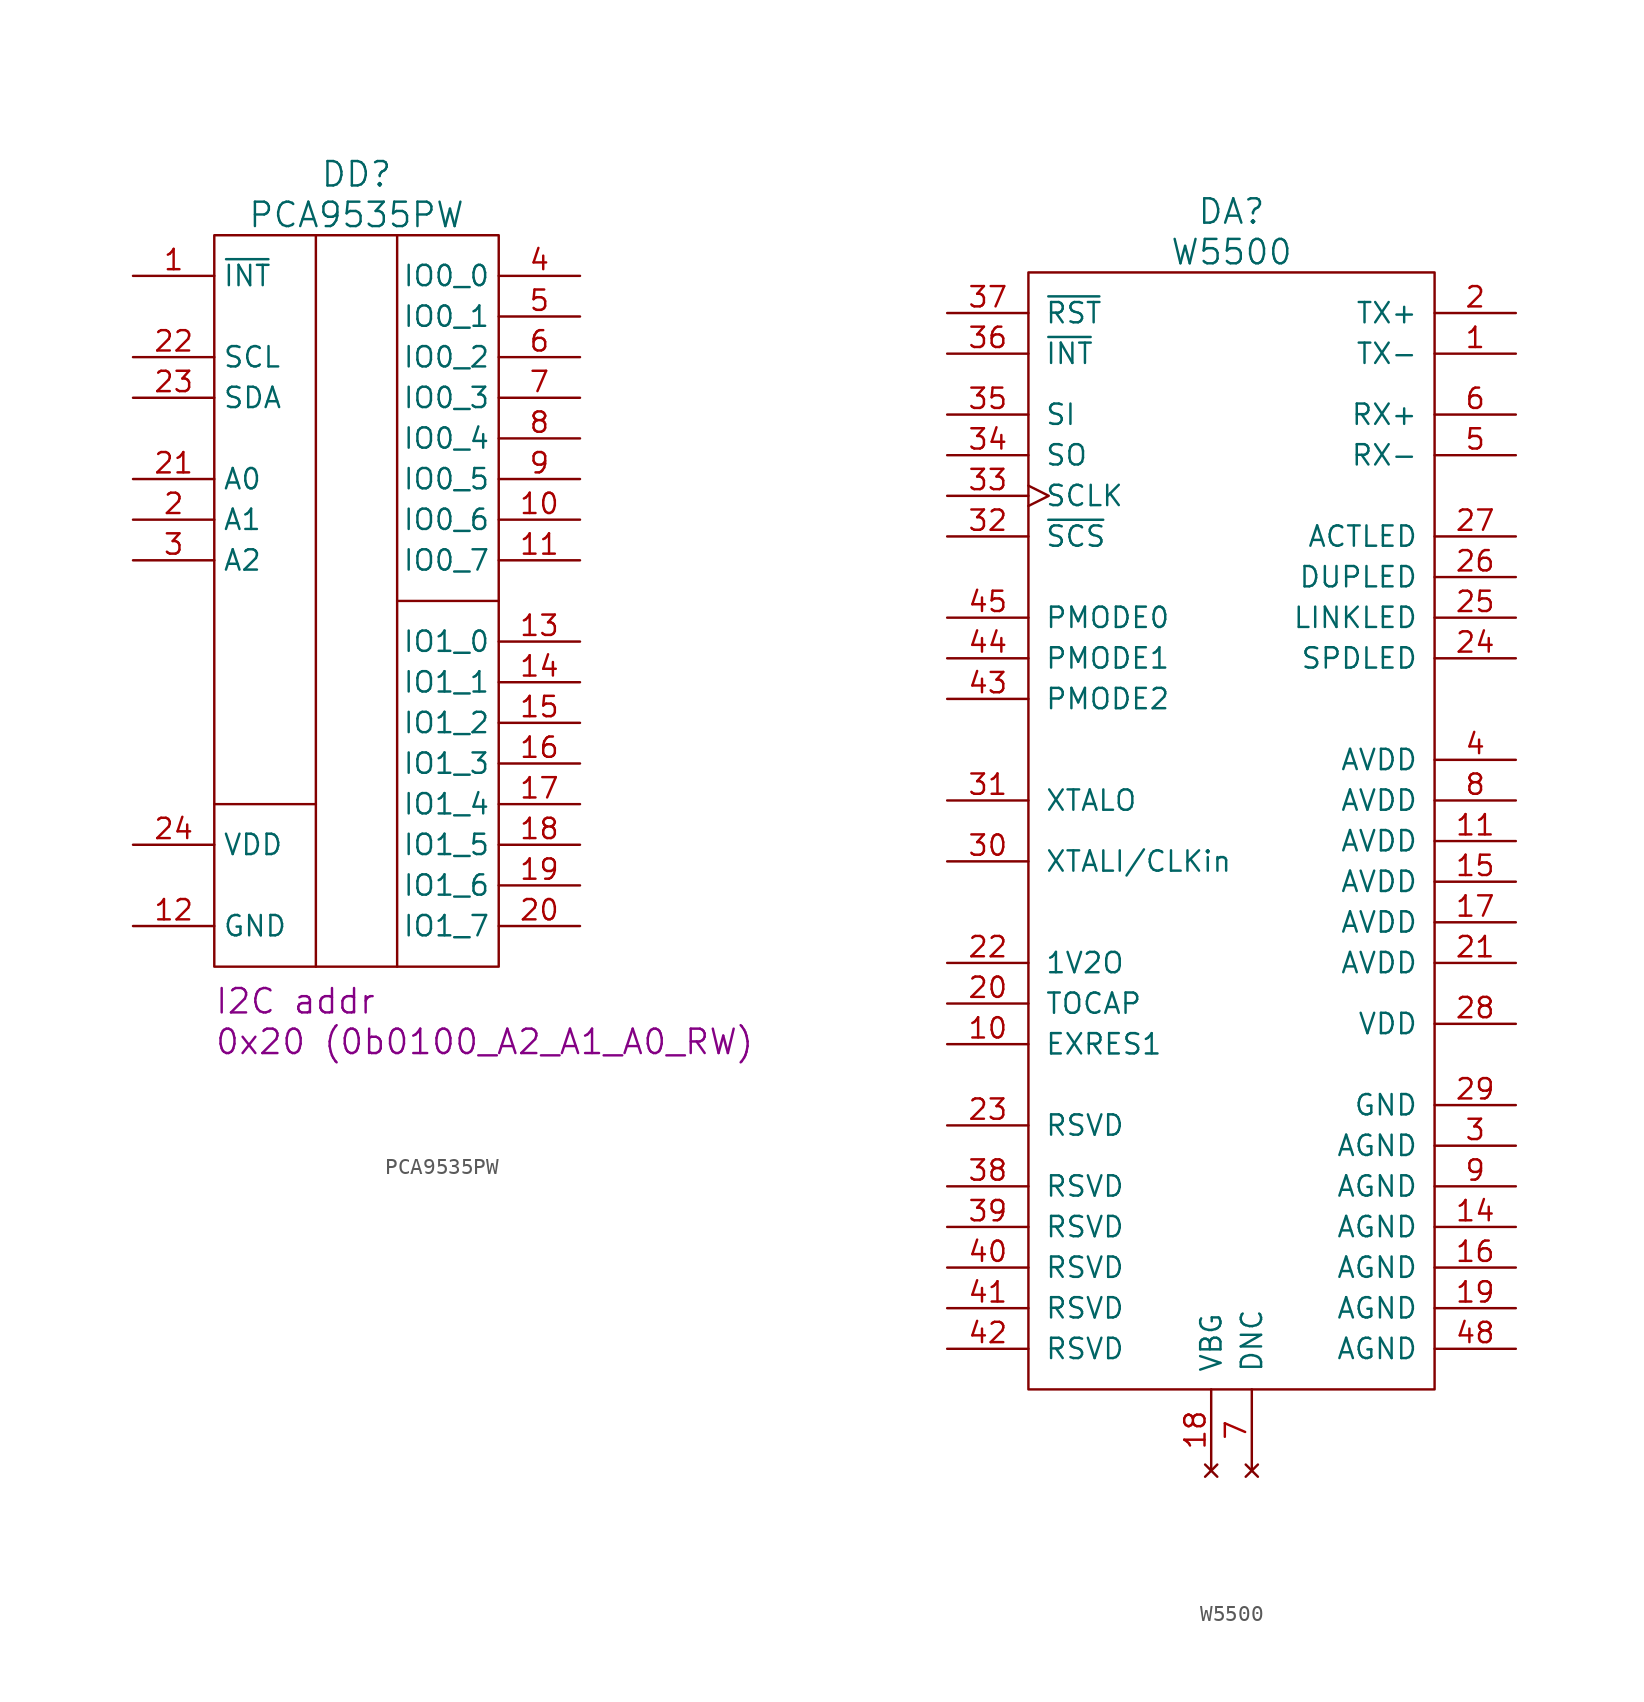
<source format=kicad_sym>
(kicad_symbol_lib
  (version 20220914)
  (generator kicad_symbol_editor)
  (symbol "PCA9535PW"
    (property "Reference" "DD"
      (at 0 26.67 0)
      (effects (font (size 1.524 1.524))))
    (property "Value" "PCA9535PW"
      (at 0 24.13 0)
      (effects (font (size 1.524 1.524))))
    (property "I2C" "I2C addr"
      (at -8.89 -24.13 0)
      (effects (font (size 1.524 1.524)) (justify left top)))
    (property "Addr" "0x20 (0b0100_A2_A1_A0_RW)"
      (at -8.89 -26.67 0)
      (effects (font (size 1.524 1.524)) (justify left top)))
    (symbol "PCA9535PW_0_0"
      (polyline (pts (xy -2.54 22.86) (xy -2.54 -22.86)) (stroke (width 0) (type solid)) (fill (type none)))
      (polyline (pts (xy 2.54 22.86) (xy 2.54 -22.86)) (stroke (width 0) (type solid)) (fill (type none))))
    (symbol "PCA9535PW_0_1"
      (rectangle (start -8.89 22.86) (end 8.89 -22.86) (stroke (width 0) (type solid)) (fill (type none)))
      (polyline (pts (xy -8.89 -12.7) (xy -2.54 -12.7)) (stroke (width 0) (type solid)) (fill (type none)))
      (polyline (pts (xy 8.89 0) (xy 2.54 0)) (stroke (width 0) (type solid)) (fill (type none))))
    (symbol "PCA9535PW_1_1"
      (pin input line (at -13.97 20.32 0) (length 5.08) (name "~{INT}" (effects (font (size 1.27 1.27)))) (number "1" (effects (font (size 1.27 1.27)))))
      (pin passive line (at 13.97 5.08 180) (length 5.08) (name "IO0_6" (effects (font (size 1.27 1.27)))) (number "10" (effects (font (size 1.27 1.27)))))
      (pin passive line (at 13.97 2.54 180) (length 5.08) (name "IO0_7" (effects (font (size 1.27 1.27)))) (number "11" (effects (font (size 1.27 1.27)))))
      (pin power_in line (at -13.97 -20.32 0) (length 5.08) (name "GND" (effects (font (size 1.27 1.27)))) (number "12" (effects (font (size 1.27 1.27)))))
      (pin passive line (at 13.97 -2.54 180) (length 5.08) (name "IO1_0" (effects (font (size 1.27 1.27)))) (number "13" (effects (font (size 1.27 1.27)))))
      (pin passive line (at 13.97 -5.08 180) (length 5.08) (name "IO1_1" (effects (font (size 1.27 1.27)))) (number "14" (effects (font (size 1.27 1.27)))))
      (pin passive line (at 13.97 -7.62 180) (length 5.08) (name "IO1_2" (effects (font (size 1.27 1.27)))) (number "15" (effects (font (size 1.27 1.27)))))
      (pin passive line (at 13.97 -10.16 180) (length 5.08) (name "IO1_3" (effects (font (size 1.27 1.27)))) (number "16" (effects (font (size 1.27 1.27)))))
      (pin passive line (at 13.97 -12.7 180) (length 5.08) (name "IO1_4" (effects (font (size 1.27 1.27)))) (number "17" (effects (font (size 1.27 1.27)))))
      (pin passive line (at 13.97 -15.24 180) (length 5.08) (name "IO1_5" (effects (font (size 1.27 1.27)))) (number "18" (effects (font (size 1.27 1.27)))))
      (pin passive line (at 13.97 -17.78 180) (length 5.08) (name "IO1_6" (effects (font (size 1.27 1.27)))) (number "19" (effects (font (size 1.27 1.27)))))
      (pin passive line (at -13.97 5.08 0) (length 5.08) (name "A1" (effects (font (size 1.27 1.27)))) (number "2" (effects (font (size 1.27 1.27)))))
      (pin passive line (at 13.97 -20.32 180) (length 5.08) (name "IO1_7" (effects (font (size 1.27 1.27)))) (number "20" (effects (font (size 1.27 1.27)))))
      (pin passive line (at -13.97 7.62 0) (length 5.08) (name "A0" (effects (font (size 1.27 1.27)))) (number "21" (effects (font (size 1.27 1.27)))))
      (pin input line (at -13.97 15.24 0) (length 5.08) (name "SCL" (effects (font (size 1.27 1.27)))) (number "22" (effects (font (size 1.27 1.27)))))
      (pin bidirectional line (at -13.97 12.7 0) (length 5.08) (name "SDA" (effects (font (size 1.27 1.27)))) (number "23" (effects (font (size 1.27 1.27)))))
      (pin power_in line (at -13.97 -15.24 0) (length 5.08) (name "VDD" (effects (font (size 1.27 1.27)))) (number "24" (effects (font (size 1.27 1.27)))))
      (pin passive line (at -13.97 2.54 0) (length 5.08) (name "A2" (effects (font (size 1.27 1.27)))) (number "3" (effects (font (size 1.27 1.27)))))
      (pin passive line (at 13.97 20.32 180) (length 5.08) (name "IO0_0" (effects (font (size 1.27 1.27)))) (number "4" (effects (font (size 1.27 1.27)))))
      (pin passive line (at 13.97 17.78 180) (length 5.08) (name "IO0_1" (effects (font (size 1.27 1.27)))) (number "5" (effects (font (size 1.27 1.27)))))
      (pin passive line (at 13.97 15.24 180) (length 5.08) (name "IO0_2" (effects (font (size 1.27 1.27)))) (number "6" (effects (font (size 1.27 1.27)))))
      (pin passive line (at 13.97 12.7 180) (length 5.08) (name "IO0_3" (effects (font (size 1.27 1.27)))) (number "7" (effects (font (size 1.27 1.27)))))
      (pin passive line (at 13.97 10.16 180) (length 5.08) (name "IO0_4" (effects (font (size 1.27 1.27)))) (number "8" (effects (font (size 1.27 1.27)))))
      (pin passive line (at 13.97 7.62 180) (length 5.08) (name "IO0_5" (effects (font (size 1.27 1.27)))) (number "9" (effects (font (size 1.27 1.27)))))))
  (symbol "W5500"
    (pin_names
      (offset 1.016))
    (property "Reference" "DA"
      (at 0 38.1 0)
      (effects (font (size 1.524 1.524))))
    (property "Value" "W5500"
      (at 0 35.56 0)
      (effects (font (size 1.524 1.524))))
    (property "Datasheet" ""
      (at 0 6.35 0)
      (effects (font (size 1.524 1.524))))
    (symbol "W5500_0_1"
      (rectangle (start 12.7 34.29) (end -12.7 -35.56) (stroke (width 0) (type solid)) (fill (type none))))
    (symbol "W5500_1_1"
      (pin passive line (at 17.78 29.21 180) (length 5.08) (name "TX-" (effects (font (size 1.27 1.27)))) (number "1" (effects (font (size 1.27 1.27)))))
      (pin passive line (at -17.78 -13.97 0) (length 5.08) (name "EXRES1" (effects (font (size 1.27 1.27)))) (number "10" (effects (font (size 1.27 1.27)))))
      (pin power_in line (at 17.78 -1.27 180) (length 5.08) (name "AVDD" (effects (font (size 1.27 1.27)))) (number "11" (effects (font (size 1.27 1.27)))))
      (pin no_connect line (at 11.43 -40.64 90) (length 5.08) hide (name "NC" (effects (font (size 1.27 1.27)))) (number "12" (effects (font (size 1.27 1.27)))))
      (pin no_connect line (at 8.89 -40.64 90) (length 5.08) hide (name "NC" (effects (font (size 1.27 1.27)))) (number "13" (effects (font (size 1.27 1.27)))))
      (pin power_in line (at 17.78 -25.4 180) (length 5.08) (name "AGND" (effects (font (size 1.27 1.27)))) (number "14" (effects (font (size 1.27 1.27)))))
      (pin power_in line (at 17.78 -3.81 180) (length 5.08) (name "AVDD" (effects (font (size 1.27 1.27)))) (number "15" (effects (font (size 1.27 1.27)))))
      (pin power_in line (at 17.78 -27.94 180) (length 5.08) (name "AGND" (effects (font (size 1.27 1.27)))) (number "16" (effects (font (size 1.27 1.27)))))
      (pin power_in line (at 17.78 -6.35 180) (length 5.08) (name "AVDD" (effects (font (size 1.27 1.27)))) (number "17" (effects (font (size 1.27 1.27)))))
      (pin no_connect line (at -1.27 -40.64 90) (length 5.08) (name "VBG" (effects (font (size 1.27 1.27)))) (number "18" (effects (font (size 1.27 1.27)))))
      (pin power_in line (at 17.78 -30.48 180) (length 5.08) (name "AGND" (effects (font (size 1.27 1.27)))) (number "19" (effects (font (size 1.27 1.27)))))
      (pin passive line (at 17.78 31.75 180) (length 5.08) (name "TX+" (effects (font (size 1.27 1.27)))) (number "2" (effects (font (size 1.27 1.27)))))
      (pin passive line (at -17.78 -11.43 0) (length 5.08) (name "TOCAP" (effects (font (size 1.27 1.27)))) (number "20" (effects (font (size 1.27 1.27)))))
      (pin power_in line (at 17.78 -8.89 180) (length 5.08) (name "AVDD" (effects (font (size 1.27 1.27)))) (number "21" (effects (font (size 1.27 1.27)))))
      (pin passive line (at -17.78 -8.89 0) (length 5.08) (name "1V2O" (effects (font (size 1.27 1.27)))) (number "22" (effects (font (size 1.27 1.27)))))
      (pin passive line (at -17.78 -19.05 0) (length 5.08) (name "RSVD" (effects (font (size 1.27 1.27)))) (number "23" (effects (font (size 1.27 1.27)))))
      (pin passive line (at 17.78 10.16 180) (length 5.08) (name "SPDLED" (effects (font (size 1.27 1.27)))) (number "24" (effects (font (size 1.27 1.27)))))
      (pin passive line (at 17.78 12.7 180) (length 5.08) (name "LINKLED" (effects (font (size 1.27 1.27)))) (number "25" (effects (font (size 1.27 1.27)))))
      (pin passive line (at 17.78 15.24 180) (length 5.08) (name "DUPLED" (effects (font (size 1.27 1.27)))) (number "26" (effects (font (size 1.27 1.27)))))
      (pin passive line (at 17.78 17.78 180) (length 5.08) (name "ACTLED" (effects (font (size 1.27 1.27)))) (number "27" (effects (font (size 1.27 1.27)))))
      (pin power_in line (at 17.78 -12.7 180) (length 5.08) (name "VDD" (effects (font (size 1.27 1.27)))) (number "28" (effects (font (size 1.27 1.27)))))
      (pin power_in line (at 17.78 -17.78 180) (length 5.08) (name "GND" (effects (font (size 1.27 1.27)))) (number "29" (effects (font (size 1.27 1.27)))))
      (pin power_in line (at 17.78 -20.32 180) (length 5.08) (name "AGND" (effects (font (size 1.27 1.27)))) (number "3" (effects (font (size 1.27 1.27)))))
      (pin passive line (at -17.78 -2.54 0) (length 5.08) (name "XTALI/CLKin" (effects (font (size 1.27 1.27)))) (number "30" (effects (font (size 1.27 1.27)))))
      (pin passive line (at -17.78 1.27 0) (length 5.08) (name "XTALO" (effects (font (size 1.27 1.27)))) (number "31" (effects (font (size 1.27 1.27)))))
      (pin passive line (at -17.78 17.78 0) (length 5.08) (name "~{SCS}" (effects (font (size 1.27 1.27)))) (number "32" (effects (font (size 1.27 1.27)))))
      (pin passive clock (at -17.78 20.32 0) (length 5.08) (name "SCLK" (effects (font (size 1.27 1.27)))) (number "33" (effects (font (size 1.27 1.27)))))
      (pin passive line (at -17.78 22.86 0) (length 5.08) (name "SO" (effects (font (size 1.27 1.27)))) (number "34" (effects (font (size 1.27 1.27)))))
      (pin passive line (at -17.78 25.4 0) (length 5.08) (name "SI" (effects (font (size 1.27 1.27)))) (number "35" (effects (font (size 1.27 1.27)))))
      (pin passive line (at -17.78 29.21 0) (length 5.08) (name "~{INT}" (effects (font (size 1.27 1.27)))) (number "36" (effects (font (size 1.27 1.27)))))
      (pin passive line (at -17.78 31.75 0) (length 5.08) (name "~{RST}" (effects (font (size 1.27 1.27)))) (number "37" (effects (font (size 1.27 1.27)))))
      (pin passive line (at -17.78 -22.86 0) (length 5.08) (name "RSVD" (effects (font (size 1.27 1.27)))) (number "38" (effects (font (size 1.27 1.27)))))
      (pin passive line (at -17.78 -25.4 0) (length 5.08) (name "RSVD" (effects (font (size 1.27 1.27)))) (number "39" (effects (font (size 1.27 1.27)))))
      (pin power_in line (at 17.78 3.81 180) (length 5.08) (name "AVDD" (effects (font (size 1.27 1.27)))) (number "4" (effects (font (size 1.27 1.27)))))
      (pin passive line (at -17.78 -27.94 0) (length 5.08) (name "RSVD" (effects (font (size 1.27 1.27)))) (number "40" (effects (font (size 1.27 1.27)))))
      (pin passive line (at -17.78 -30.48 0) (length 5.08) (name "RSVD" (effects (font (size 1.27 1.27)))) (number "41" (effects (font (size 1.27 1.27)))))
      (pin passive line (at -17.78 -33.02 0) (length 5.08) (name "RSVD" (effects (font (size 1.27 1.27)))) (number "42" (effects (font (size 1.27 1.27)))))
      (pin passive line (at -17.78 7.62 0) (length 5.08) (name "PMODE2" (effects (font (size 1.27 1.27)))) (number "43" (effects (font (size 1.27 1.27)))))
      (pin passive line (at -17.78 10.16 0) (length 5.08) (name "PMODE1" (effects (font (size 1.27 1.27)))) (number "44" (effects (font (size 1.27 1.27)))))
      (pin passive line (at -17.78 12.7 0) (length 5.08) (name "PMODE0" (effects (font (size 1.27 1.27)))) (number "45" (effects (font (size 1.27 1.27)))))
      (pin no_connect line (at 6.35 -40.64 90) (length 5.08) hide (name "NC" (effects (font (size 1.27 1.27)))) (number "46" (effects (font (size 1.27 1.27)))))
      (pin no_connect line (at 3.81 -40.64 90) (length 5.08) hide (name "NC" (effects (font (size 1.27 1.27)))) (number "47" (effects (font (size 1.27 1.27)))))
      (pin power_in line (at 17.78 -33.02 180) (length 5.08) (name "AGND" (effects (font (size 1.27 1.27)))) (number "48" (effects (font (size 1.27 1.27)))))
      (pin passive line (at 17.78 22.86 180) (length 5.08) (name "RX-" (effects (font (size 1.27 1.27)))) (number "5" (effects (font (size 1.27 1.27)))))
      (pin passive line (at 17.78 25.4 180) (length 5.08) (name "RX+" (effects (font (size 1.27 1.27)))) (number "6" (effects (font (size 1.27 1.27)))))
      (pin no_connect line (at 1.27 -40.64 90) (length 5.08) (name "DNC" (effects (font (size 1.27 1.27)))) (number "7" (effects (font (size 1.27 1.27)))))
      (pin power_in line (at 17.78 1.27 180) (length 5.08) (name "AVDD" (effects (font (size 1.27 1.27)))) (number "8" (effects (font (size 1.27 1.27)))))
      (pin power_in line (at 17.78 -22.86 180) (length 5.08) (name "AGND" (effects (font (size 1.27 1.27)))) (number "9" (effects (font (size 1.27 1.27))))))))
</source>
